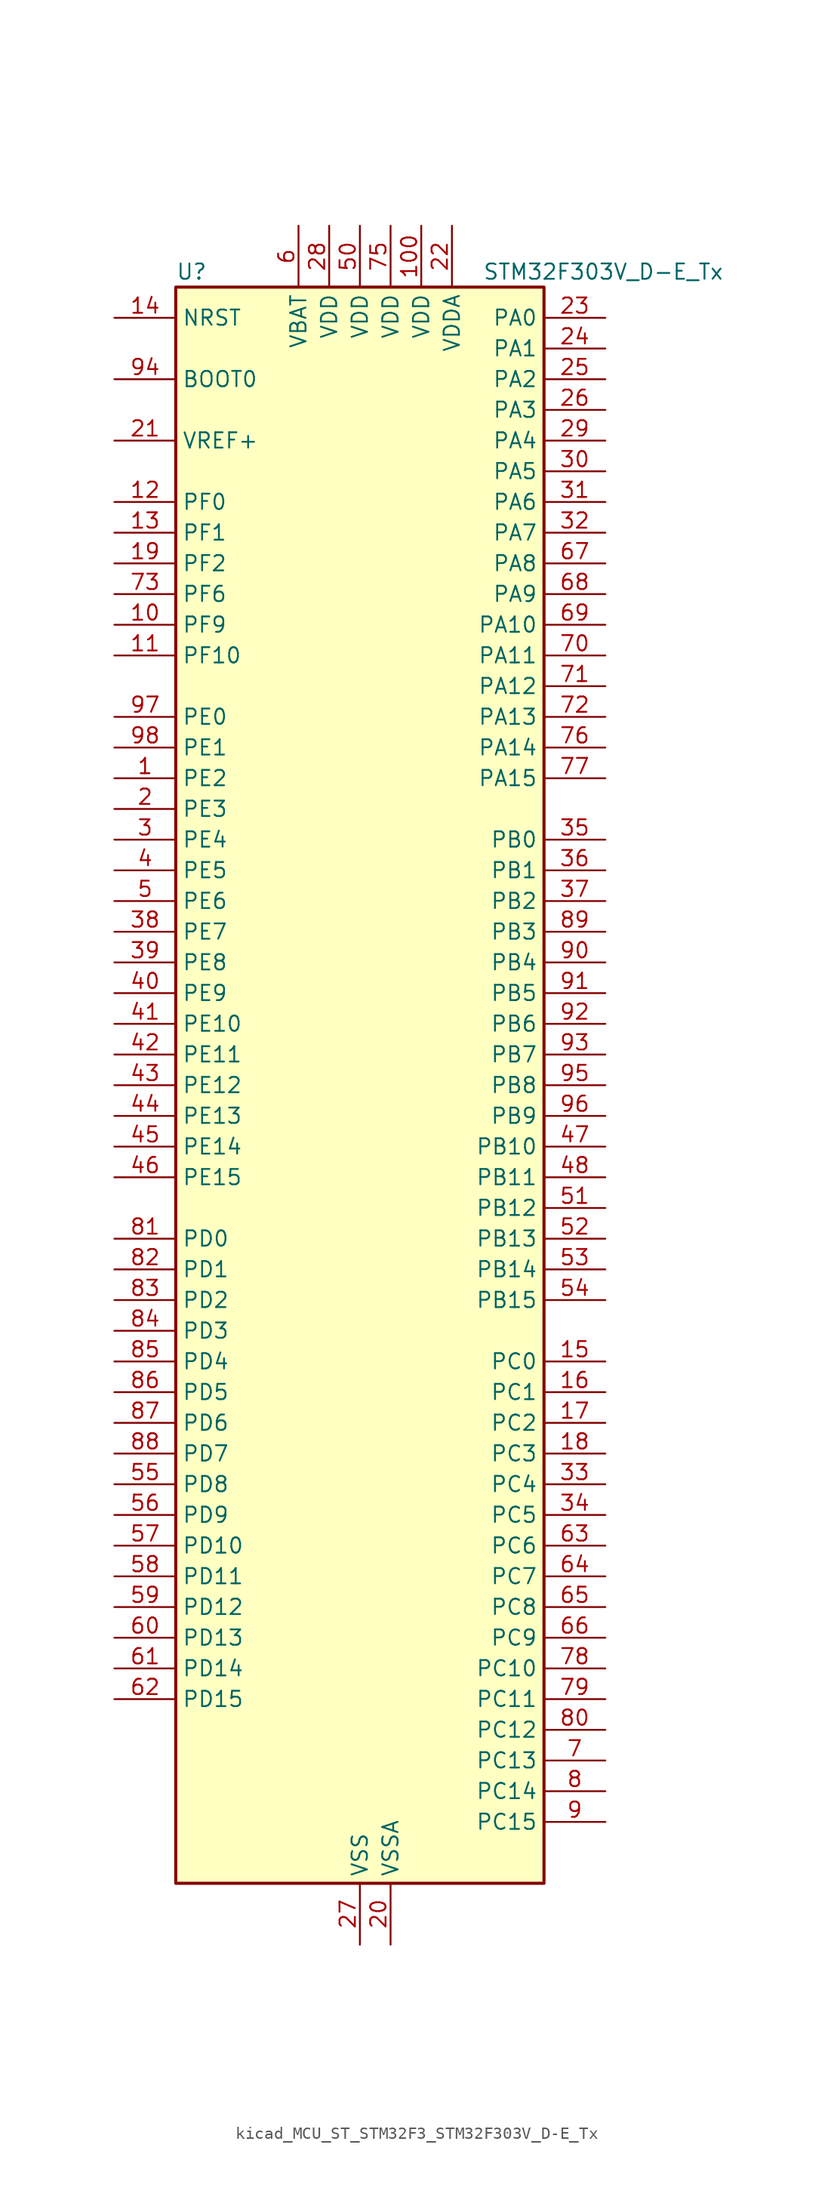
<source format=kicad_sym>
(kicad_symbol_lib
  (version 20220914)
  (generator kicad_symbol_editor)
  (symbol "kicad_MCU_ST_STM32F3_STM32F303V_D-E_Tx"
    (property "Reference" "U"
      (at -15.24 67.31 0)
      (effects (font (size 1.27 1.27)) (justify left)))
    (property "Value" "STM32F303V_D-E_Tx"
      (at 10.16 67.31 0)
      (effects (font (size 1.27 1.27)) (justify left)))
    (property "ki_locked" ""
      (at 0 0 0)
      (effects (font (size 1.27 1.27))))
    (symbol "kicad_MCU_ST_STM32F3_STM32F303V_D-E_Tx_0_1"
      (rectangle (start -15.24 -66.04) (end 15.24 66.04) (stroke (width 0.254) (type default)) (fill (type background))))
    (symbol "kicad_MCU_ST_STM32F3_STM32F303V_D-E_Tx_1_1"
      (pin bidirectional line (at -20.32 25.4 0) (length 5.08) (name "PE2" (effects (font (size 1.27 1.27)))) (number "1" (effects (font (size 1.27 1.27)))) (alternate "ADC3_EXTI2" bidirectional line) (alternate "ADC4_EXTI2" bidirectional line) (alternate "FMC_A23" bidirectional line) (alternate "SPI4_SCK" bidirectional line) (alternate "SYS_TRACECK" bidirectional line) (alternate "TIM20_CH1" bidirectional line) (alternate "TIM3_CH1" bidirectional line) (alternate "TSC_G7_IO1" bidirectional line))
      (pin bidirectional line (at -20.32 38.1 0) (length 5.08) (name "PF9" (effects (font (size 1.27 1.27)))) (number "10" (effects (font (size 1.27 1.27)))) (alternate "DAC1_EXTI9" bidirectional line) (alternate "FMC_CD" bidirectional line) (alternate "SPI2_SCK" bidirectional line) (alternate "TIM15_CH1" bidirectional line) (alternate "TIM20_BKIN" bidirectional line))
      (pin power_in line (at 5.08 71.12 270) (length 5.08) (name "VDD" (effects (font (size 1.27 1.27)))) (number "100" (effects (font (size 1.27 1.27)))))
      (pin bidirectional line (at -20.32 35.56 0) (length 5.08) (name "PF10" (effects (font (size 1.27 1.27)))) (number "11" (effects (font (size 1.27 1.27)))) (alternate "FMC_INTR" bidirectional line) (alternate "SPI2_SCK" bidirectional line) (alternate "TIM15_CH2" bidirectional line) (alternate "TIM20_BKIN2" bidirectional line))
      (pin bidirectional line (at -20.32 48.26 0) (length 5.08) (name "PF0" (effects (font (size 1.27 1.27)))) (number "12" (effects (font (size 1.27 1.27)))) (alternate "I2C2_SDA" bidirectional line) (alternate "I2S2_WS" bidirectional line) (alternate "RCC_OSC_IN" bidirectional line) (alternate "SPI2_NSS" bidirectional line) (alternate "TIM1_CH3N" bidirectional line))
      (pin bidirectional line (at -20.32 45.72 0) (length 5.08) (name "PF1" (effects (font (size 1.27 1.27)))) (number "13" (effects (font (size 1.27 1.27)))) (alternate "I2C2_SCL" bidirectional line) (alternate "I2S2_CK" bidirectional line) (alternate "RCC_OSC_OUT" bidirectional line) (alternate "SPI2_SCK" bidirectional line))
      (pin input line (at -20.32 63.5 0) (length 5.08) (name "NRST" (effects (font (size 1.27 1.27)))) (number "14" (effects (font (size 1.27 1.27)))))
      (pin bidirectional line (at 20.32 -22.86 180) (length 5.08) (name "PC0" (effects (font (size 1.27 1.27)))) (number "15" (effects (font (size 1.27 1.27)))) (alternate "ADC1_IN6" bidirectional line) (alternate "ADC2_IN6" bidirectional line) (alternate "COMP7_INM" bidirectional line) (alternate "TIM1_CH1" bidirectional line))
      (pin bidirectional line (at 20.32 -25.4 180) (length 5.08) (name "PC1" (effects (font (size 1.27 1.27)))) (number "16" (effects (font (size 1.27 1.27)))) (alternate "ADC1_IN7" bidirectional line) (alternate "ADC2_IN7" bidirectional line) (alternate "COMP7_INP" bidirectional line) (alternate "TIM1_CH2" bidirectional line))
      (pin bidirectional line (at 20.32 -27.94 180) (length 5.08) (name "PC2" (effects (font (size 1.27 1.27)))) (number "17" (effects (font (size 1.27 1.27)))) (alternate "ADC1_IN8" bidirectional line) (alternate "ADC2_IN8" bidirectional line) (alternate "ADC3_EXTI2" bidirectional line) (alternate "ADC4_EXTI2" bidirectional line) (alternate "COMP7_OUT" bidirectional line) (alternate "TIM1_CH3" bidirectional line))
      (pin bidirectional line (at 20.32 -30.48 180) (length 5.08) (name "PC3" (effects (font (size 1.27 1.27)))) (number "18" (effects (font (size 1.27 1.27)))) (alternate "ADC1_IN9" bidirectional line) (alternate "ADC2_IN9" bidirectional line) (alternate "TIM1_BKIN2" bidirectional line) (alternate "TIM1_CH4" bidirectional line))
      (pin bidirectional line (at -20.32 43.18 0) (length 5.08) (name "PF2" (effects (font (size 1.27 1.27)))) (number "19" (effects (font (size 1.27 1.27)))) (alternate "ADC1_IN10" bidirectional line) (alternate "ADC2_IN10" bidirectional line) (alternate "ADC3_EXTI2" bidirectional line) (alternate "ADC4_EXTI2" bidirectional line) (alternate "FMC_A2" bidirectional line) (alternate "TIM20_CH3" bidirectional line))
      (pin bidirectional line (at -20.32 22.86 0) (length 5.08) (name "PE3" (effects (font (size 1.27 1.27)))) (number "2" (effects (font (size 1.27 1.27)))) (alternate "FMC_A19" bidirectional line) (alternate "SPI4_NSS" bidirectional line) (alternate "SYS_TRACED0" bidirectional line) (alternate "TIM20_CH2" bidirectional line) (alternate "TIM3_CH2" bidirectional line) (alternate "TSC_G7_IO2" bidirectional line))
      (pin power_in line (at 2.54 -71.12 90) (length 5.08) (name "VSSA" (effects (font (size 1.27 1.27)))) (number "20" (effects (font (size 1.27 1.27)))))
      (pin input line (at -20.32 53.34 0) (length 5.08) (name "VREF+" (effects (font (size 1.27 1.27)))) (number "21" (effects (font (size 1.27 1.27)))))
      (pin power_in line (at 7.62 71.12 270) (length 5.08) (name "VDDA" (effects (font (size 1.27 1.27)))) (number "22" (effects (font (size 1.27 1.27)))))
      (pin bidirectional line (at 20.32 63.5 180) (length 5.08) (name "PA0" (effects (font (size 1.27 1.27)))) (number "23" (effects (font (size 1.27 1.27)))) (alternate "ADC1_IN1" bidirectional line) (alternate "COMP1_INM" bidirectional line) (alternate "COMP1_OUT" bidirectional line) (alternate "RTC_TAMP2" bidirectional line) (alternate "SYS_WKUP1" bidirectional line) (alternate "TIM2_CH1" bidirectional line) (alternate "TIM2_ETR" bidirectional line) (alternate "TIM8_BKIN" bidirectional line) (alternate "TIM8_ETR" bidirectional line) (alternate "TSC_G1_IO1" bidirectional line) (alternate "USART2_CTS" bidirectional line))
      (pin bidirectional line (at 20.32 60.96 180) (length 5.08) (name "PA1" (effects (font (size 1.27 1.27)))) (number "24" (effects (font (size 1.27 1.27)))) (alternate "ADC1_IN2" bidirectional line) (alternate "COMP1_INP" bidirectional line) (alternate "OPAMP1_VINP" bidirectional line) (alternate "OPAMP1_VINP_SEC" bidirectional line) (alternate "OPAMP3_VINP" bidirectional line) (alternate "OPAMP3_VINP_SEC" bidirectional line) (alternate "RTC_REFIN" bidirectional line) (alternate "TIM15_CH1N" bidirectional line) (alternate "TIM2_CH2" bidirectional line) (alternate "TSC_G1_IO2" bidirectional line) (alternate "USART2_DE" bidirectional line) (alternate "USART2_RTS" bidirectional line))
      (pin bidirectional line (at 20.32 58.42 180) (length 5.08) (name "PA2" (effects (font (size 1.27 1.27)))) (number "25" (effects (font (size 1.27 1.27)))) (alternate "ADC1_IN3" bidirectional line) (alternate "ADC3_EXTI2" bidirectional line) (alternate "ADC4_EXTI2" bidirectional line) (alternate "COMP2_INM" bidirectional line) (alternate "COMP2_OUT" bidirectional line) (alternate "OPAMP1_VOUT" bidirectional line) (alternate "TIM15_CH1" bidirectional line) (alternate "TIM2_CH3" bidirectional line) (alternate "TSC_G1_IO3" bidirectional line) (alternate "USART2_TX" bidirectional line))
      (pin bidirectional line (at 20.32 55.88 180) (length 5.08) (name "PA3" (effects (font (size 1.27 1.27)))) (number "26" (effects (font (size 1.27 1.27)))) (alternate "ADC1_IN4" bidirectional line) (alternate "OPAMP1_VINM" bidirectional line) (alternate "OPAMP1_VINM_SEC" bidirectional line) (alternate "OPAMP1_VINP" bidirectional line) (alternate "OPAMP1_VINP_SEC" bidirectional line) (alternate "TIM15_CH2" bidirectional line) (alternate "TIM2_CH4" bidirectional line) (alternate "TSC_G1_IO4" bidirectional line) (alternate "USART2_RX" bidirectional line))
      (pin power_in line (at 0 -71.12 90) (length 5.08) (name "VSS" (effects (font (size 1.27 1.27)))) (number "27" (effects (font (size 1.27 1.27)))))
      (pin power_in line (at -2.54 71.12 270) (length 5.08) (name "VDD" (effects (font (size 1.27 1.27)))) (number "28" (effects (font (size 1.27 1.27)))))
      (pin bidirectional line (at 20.32 53.34 180) (length 5.08) (name "PA4" (effects (font (size 1.27 1.27)))) (number "29" (effects (font (size 1.27 1.27)))) (alternate "ADC2_IN1" bidirectional line) (alternate "COMP1_INM" bidirectional line) (alternate "COMP2_INM" bidirectional line) (alternate "COMP3_INM" bidirectional line) (alternate "COMP4_INM" bidirectional line) (alternate "COMP5_INM" bidirectional line) (alternate "COMP6_INM" bidirectional line) (alternate "COMP7_INM" bidirectional line) (alternate "DAC1_OUT1" bidirectional line) (alternate "I2S3_WS" bidirectional line) (alternate "OPAMP4_VINP" bidirectional line) (alternate "OPAMP4_VINP_SEC" bidirectional line) (alternate "SPI1_NSS" bidirectional line) (alternate "SPI3_NSS" bidirectional line) (alternate "TIM3_CH2" bidirectional line) (alternate "TSC_G2_IO1" bidirectional line) (alternate "USART2_CK" bidirectional line))
      (pin bidirectional line (at -20.32 20.32 0) (length 5.08) (name "PE4" (effects (font (size 1.27 1.27)))) (number "3" (effects (font (size 1.27 1.27)))) (alternate "FMC_A20" bidirectional line) (alternate "SPI4_NSS" bidirectional line) (alternate "SYS_TRACED1" bidirectional line) (alternate "TIM20_CH1N" bidirectional line) (alternate "TIM3_CH3" bidirectional line) (alternate "TSC_G7_IO3" bidirectional line))
      (pin bidirectional line (at 20.32 50.8 180) (length 5.08) (name "PA5" (effects (font (size 1.27 1.27)))) (number "30" (effects (font (size 1.27 1.27)))) (alternate "ADC2_IN2" bidirectional line) (alternate "COMP1_INM" bidirectional line) (alternate "COMP2_INM" bidirectional line) (alternate "COMP3_INM" bidirectional line) (alternate "COMP4_INM" bidirectional line) (alternate "COMP5_INM" bidirectional line) (alternate "COMP6_INM" bidirectional line) (alternate "COMP7_INM" bidirectional line) (alternate "DAC1_OUT2" bidirectional line) (alternate "OPAMP1_VINP" bidirectional line) (alternate "OPAMP1_VINP_SEC" bidirectional line) (alternate "OPAMP2_VINM" bidirectional line) (alternate "OPAMP2_VINM_SEC" bidirectional line) (alternate "OPAMP3_VINP" bidirectional line) (alternate "OPAMP3_VINP_SEC" bidirectional line) (alternate "SPI1_SCK" bidirectional line) (alternate "TIM2_CH1" bidirectional line) (alternate "TIM2_ETR" bidirectional line) (alternate "TSC_G2_IO2" bidirectional line))
      (pin bidirectional line (at 20.32 48.26 180) (length 5.08) (name "PA6" (effects (font (size 1.27 1.27)))) (number "31" (effects (font (size 1.27 1.27)))) (alternate "ADC2_IN3" bidirectional line) (alternate "COMP1_OUT" bidirectional line) (alternate "OPAMP2_VOUT" bidirectional line) (alternate "SPI1_MISO" bidirectional line) (alternate "TIM16_CH1" bidirectional line) (alternate "TIM1_BKIN" bidirectional line) (alternate "TIM3_CH1" bidirectional line) (alternate "TIM8_BKIN" bidirectional line) (alternate "TSC_G2_IO3" bidirectional line))
      (pin bidirectional line (at 20.32 45.72 180) (length 5.08) (name "PA7" (effects (font (size 1.27 1.27)))) (number "32" (effects (font (size 1.27 1.27)))) (alternate "ADC2_IN4" bidirectional line) (alternate "COMP2_INP" bidirectional line) (alternate "OPAMP1_VINP" bidirectional line) (alternate "OPAMP1_VINP_SEC" bidirectional line) (alternate "OPAMP2_VINP" bidirectional line) (alternate "OPAMP2_VINP_SEC" bidirectional line) (alternate "SPI1_MOSI" bidirectional line) (alternate "TIM17_CH1" bidirectional line) (alternate "TIM1_CH1N" bidirectional line) (alternate "TIM3_CH2" bidirectional line) (alternate "TIM8_CH1N" bidirectional line) (alternate "TSC_G2_IO4" bidirectional line))
      (pin bidirectional line (at 20.32 -33.02 180) (length 5.08) (name "PC4" (effects (font (size 1.27 1.27)))) (number "33" (effects (font (size 1.27 1.27)))) (alternate "ADC2_IN5" bidirectional line) (alternate "TIM1_ETR" bidirectional line) (alternate "USART1_TX" bidirectional line))
      (pin bidirectional line (at 20.32 -35.56 180) (length 5.08) (name "PC5" (effects (font (size 1.27 1.27)))) (number "34" (effects (font (size 1.27 1.27)))) (alternate "ADC2_IN11" bidirectional line) (alternate "OPAMP1_VINM" bidirectional line) (alternate "OPAMP1_VINM_SEC" bidirectional line) (alternate "OPAMP2_VINM" bidirectional line) (alternate "OPAMP2_VINM_SEC" bidirectional line) (alternate "TIM15_BKIN" bidirectional line) (alternate "TSC_G3_IO1" bidirectional line) (alternate "USART1_RX" bidirectional line))
      (pin bidirectional line (at 20.32 20.32 180) (length 5.08) (name "PB0" (effects (font (size 1.27 1.27)))) (number "35" (effects (font (size 1.27 1.27)))) (alternate "ADC3_IN12" bidirectional line) (alternate "COMP4_INP" bidirectional line) (alternate "OPAMP2_VINP" bidirectional line) (alternate "OPAMP2_VINP_SEC" bidirectional line) (alternate "OPAMP3_VINP" bidirectional line) (alternate "OPAMP3_VINP_SEC" bidirectional line) (alternate "TIM1_CH2N" bidirectional line) (alternate "TIM3_CH3" bidirectional line) (alternate "TIM8_CH2N" bidirectional line) (alternate "TSC_G3_IO2" bidirectional line))
      (pin bidirectional line (at 20.32 17.78 180) (length 5.08) (name "PB1" (effects (font (size 1.27 1.27)))) (number "36" (effects (font (size 1.27 1.27)))) (alternate "ADC3_IN1" bidirectional line) (alternate "COMP4_OUT" bidirectional line) (alternate "OPAMP3_VOUT" bidirectional line) (alternate "TIM1_CH3N" bidirectional line) (alternate "TIM3_CH4" bidirectional line) (alternate "TIM8_CH3N" bidirectional line) (alternate "TSC_G3_IO3" bidirectional line))
      (pin bidirectional line (at 20.32 15.24 180) (length 5.08) (name "PB2" (effects (font (size 1.27 1.27)))) (number "37" (effects (font (size 1.27 1.27)))) (alternate "ADC2_IN12" bidirectional line) (alternate "ADC3_EXTI2" bidirectional line) (alternate "ADC4_EXTI2" bidirectional line) (alternate "COMP4_INM" bidirectional line) (alternate "OPAMP3_VINM" bidirectional line) (alternate "OPAMP3_VINM_SEC" bidirectional line) (alternate "TSC_G3_IO4" bidirectional line))
      (pin bidirectional line (at -20.32 12.7 0) (length 5.08) (name "PE7" (effects (font (size 1.27 1.27)))) (number "38" (effects (font (size 1.27 1.27)))) (alternate "ADC3_IN13" bidirectional line) (alternate "FMC_D4" bidirectional line) (alternate "FMC_DA4" bidirectional line) (alternate "TIM1_ETR" bidirectional line))
      (pin bidirectional line (at -20.32 10.16 0) (length 5.08) (name "PE8" (effects (font (size 1.27 1.27)))) (number "39" (effects (font (size 1.27 1.27)))) (alternate "ADC3_IN6" bidirectional line) (alternate "ADC4_IN6" bidirectional line) (alternate "COMP4_INM" bidirectional line) (alternate "FMC_D5" bidirectional line) (alternate "FMC_DA5" bidirectional line) (alternate "TIM1_CH1N" bidirectional line))
      (pin bidirectional line (at -20.32 17.78 0) (length 5.08) (name "PE5" (effects (font (size 1.27 1.27)))) (number "4" (effects (font (size 1.27 1.27)))) (alternate "FMC_A21" bidirectional line) (alternate "SPI4_MISO" bidirectional line) (alternate "SYS_TRACED2" bidirectional line) (alternate "TIM20_CH2N" bidirectional line) (alternate "TIM3_CH4" bidirectional line) (alternate "TSC_G7_IO4" bidirectional line))
      (pin bidirectional line (at -20.32 7.62 0) (length 5.08) (name "PE9" (effects (font (size 1.27 1.27)))) (number "40" (effects (font (size 1.27 1.27)))) (alternate "ADC3_IN2" bidirectional line) (alternate "DAC1_EXTI9" bidirectional line) (alternate "FMC_D6" bidirectional line) (alternate "FMC_DA6" bidirectional line) (alternate "TIM1_CH1" bidirectional line))
      (pin bidirectional line (at -20.32 5.08 0) (length 5.08) (name "PE10" (effects (font (size 1.27 1.27)))) (number "41" (effects (font (size 1.27 1.27)))) (alternate "ADC3_IN14" bidirectional line) (alternate "FMC_D7" bidirectional line) (alternate "FMC_DA7" bidirectional line) (alternate "TIM1_CH2N" bidirectional line))
      (pin bidirectional line (at -20.32 2.54 0) (length 5.08) (name "PE11" (effects (font (size 1.27 1.27)))) (number "42" (effects (font (size 1.27 1.27)))) (alternate "ADC1_EXTI11" bidirectional line) (alternate "ADC2_EXTI11" bidirectional line) (alternate "ADC3_IN15" bidirectional line) (alternate "FMC_D8" bidirectional line) (alternate "FMC_DA8" bidirectional line) (alternate "SPI4_NSS" bidirectional line) (alternate "TIM1_CH2" bidirectional line))
      (pin bidirectional line (at -20.32 0 0) (length 5.08) (name "PE12" (effects (font (size 1.27 1.27)))) (number "43" (effects (font (size 1.27 1.27)))) (alternate "ADC3_IN16" bidirectional line) (alternate "FMC_D9" bidirectional line) (alternate "FMC_DA9" bidirectional line) (alternate "SPI4_SCK" bidirectional line) (alternate "TIM1_CH3N" bidirectional line))
      (pin bidirectional line (at -20.32 -2.54 0) (length 5.08) (name "PE13" (effects (font (size 1.27 1.27)))) (number "44" (effects (font (size 1.27 1.27)))) (alternate "ADC3_IN3" bidirectional line) (alternate "FMC_D10" bidirectional line) (alternate "FMC_DA10" bidirectional line) (alternate "SPI4_MISO" bidirectional line) (alternate "TIM1_CH3" bidirectional line))
      (pin bidirectional line (at -20.32 -5.08 0) (length 5.08) (name "PE14" (effects (font (size 1.27 1.27)))) (number "45" (effects (font (size 1.27 1.27)))) (alternate "ADC4_IN1" bidirectional line) (alternate "FMC_D11" bidirectional line) (alternate "FMC_DA11" bidirectional line) (alternate "SPI4_MOSI" bidirectional line) (alternate "TIM1_BKIN2" bidirectional line) (alternate "TIM1_CH4" bidirectional line))
      (pin bidirectional line (at -20.32 -7.62 0) (length 5.08) (name "PE15" (effects (font (size 1.27 1.27)))) (number "46" (effects (font (size 1.27 1.27)))) (alternate "ADC1_EXTI15" bidirectional line) (alternate "ADC2_EXTI15" bidirectional line) (alternate "ADC3_EXTI15" bidirectional line) (alternate "ADC4_EXTI15" bidirectional line) (alternate "ADC4_IN2" bidirectional line) (alternate "FMC_D12" bidirectional line) (alternate "FMC_DA12" bidirectional line) (alternate "TIM1_BKIN" bidirectional line) (alternate "USART3_RX" bidirectional line))
      (pin bidirectional line (at 20.32 -5.08 180) (length 5.08) (name "PB10" (effects (font (size 1.27 1.27)))) (number "47" (effects (font (size 1.27 1.27)))) (alternate "COMP5_INM" bidirectional line) (alternate "OPAMP3_VINM" bidirectional line) (alternate "OPAMP3_VINM_SEC" bidirectional line) (alternate "OPAMP4_VINM" bidirectional line) (alternate "OPAMP4_VINM_SEC" bidirectional line) (alternate "TIM2_CH3" bidirectional line) (alternate "TSC_SYNC" bidirectional line) (alternate "USART3_TX" bidirectional line))
      (pin bidirectional line (at 20.32 -7.62 180) (length 5.08) (name "PB11" (effects (font (size 1.27 1.27)))) (number "48" (effects (font (size 1.27 1.27)))) (alternate "ADC1_EXTI11" bidirectional line) (alternate "ADC1_IN14" bidirectional line) (alternate "ADC2_EXTI11" bidirectional line) (alternate "ADC2_IN14" bidirectional line) (alternate "COMP6_INP" bidirectional line) (alternate "OPAMP4_VINP" bidirectional line) (alternate "OPAMP4_VINP_SEC" bidirectional line) (alternate "TIM2_CH4" bidirectional line) (alternate "TSC_G6_IO1" bidirectional line) (alternate "USART3_RX" bidirectional line))
      (pin passive line (at 0 -71.12 90) (length 5.08) hide (name "VSS" (effects (font (size 1.27 1.27)))) (number "49" (effects (font (size 1.27 1.27)))))
      (pin bidirectional line (at -20.32 15.24 0) (length 5.08) (name "PE6" (effects (font (size 1.27 1.27)))) (number "5" (effects (font (size 1.27 1.27)))) (alternate "FMC_A22" bidirectional line) (alternate "RTC_TAMP3" bidirectional line) (alternate "SPI4_MOSI" bidirectional line) (alternate "SYS_TRACED3" bidirectional line) (alternate "SYS_WKUP3" bidirectional line) (alternate "TIM20_CH3N" bidirectional line))
      (pin power_in line (at 0 71.12 270) (length 5.08) (name "VDD" (effects (font (size 1.27 1.27)))) (number "50" (effects (font (size 1.27 1.27)))))
      (pin bidirectional line (at 20.32 -10.16 180) (length 5.08) (name "PB12" (effects (font (size 1.27 1.27)))) (number "51" (effects (font (size 1.27 1.27)))) (alternate "ADC4_IN3" bidirectional line) (alternate "COMP3_INM" bidirectional line) (alternate "I2C2_SMBA" bidirectional line) (alternate "I2S2_WS" bidirectional line) (alternate "OPAMP4_VOUT" bidirectional line) (alternate "SPI2_NSS" bidirectional line) (alternate "TIM1_BKIN" bidirectional line) (alternate "TSC_G6_IO2" bidirectional line) (alternate "USART3_CK" bidirectional line))
      (pin bidirectional line (at 20.32 -12.7 180) (length 5.08) (name "PB13" (effects (font (size 1.27 1.27)))) (number "52" (effects (font (size 1.27 1.27)))) (alternate "ADC3_IN5" bidirectional line) (alternate "COMP5_INP" bidirectional line) (alternate "I2S2_CK" bidirectional line) (alternate "OPAMP3_VINP" bidirectional line) (alternate "OPAMP3_VINP_SEC" bidirectional line) (alternate "OPAMP4_VINP" bidirectional line) (alternate "OPAMP4_VINP_SEC" bidirectional line) (alternate "SPI2_SCK" bidirectional line) (alternate "TIM1_CH1N" bidirectional line) (alternate "TSC_G6_IO3" bidirectional line) (alternate "USART3_CTS" bidirectional line))
      (pin bidirectional line (at 20.32 -15.24 180) (length 5.08) (name "PB14" (effects (font (size 1.27 1.27)))) (number "53" (effects (font (size 1.27 1.27)))) (alternate "ADC4_IN4" bidirectional line) (alternate "COMP3_INP" bidirectional line) (alternate "I2S2_ext_SD" bidirectional line) (alternate "OPAMP2_VINP" bidirectional line) (alternate "OPAMP2_VINP_SEC" bidirectional line) (alternate "SPI2_MISO" bidirectional line) (alternate "TIM15_CH1" bidirectional line) (alternate "TIM1_CH2N" bidirectional line) (alternate "TSC_G6_IO4" bidirectional line) (alternate "USART3_DE" bidirectional line) (alternate "USART3_RTS" bidirectional line))
      (pin bidirectional line (at 20.32 -17.78 180) (length 5.08) (name "PB15" (effects (font (size 1.27 1.27)))) (number "54" (effects (font (size 1.27 1.27)))) (alternate "ADC1_EXTI15" bidirectional line) (alternate "ADC2_EXTI15" bidirectional line) (alternate "ADC3_EXTI15" bidirectional line) (alternate "ADC4_EXTI15" bidirectional line) (alternate "ADC4_IN5" bidirectional line) (alternate "COMP6_INM" bidirectional line) (alternate "I2S2_SD" bidirectional line) (alternate "RTC_REFIN" bidirectional line) (alternate "SPI2_MOSI" bidirectional line) (alternate "TIM15_CH1N" bidirectional line) (alternate "TIM15_CH2" bidirectional line) (alternate "TIM1_CH3N" bidirectional line))
      (pin bidirectional line (at -20.32 -33.02 0) (length 5.08) (name "PD8" (effects (font (size 1.27 1.27)))) (number "55" (effects (font (size 1.27 1.27)))) (alternate "ADC4_IN12" bidirectional line) (alternate "FMC_D13" bidirectional line) (alternate "FMC_DA13" bidirectional line) (alternate "OPAMP4_VINM" bidirectional line) (alternate "OPAMP4_VINM_SEC" bidirectional line) (alternate "USART3_TX" bidirectional line))
      (pin bidirectional line (at -20.32 -35.56 0) (length 5.08) (name "PD9" (effects (font (size 1.27 1.27)))) (number "56" (effects (font (size 1.27 1.27)))) (alternate "ADC4_IN13" bidirectional line) (alternate "DAC1_EXTI9" bidirectional line) (alternate "FMC_D14" bidirectional line) (alternate "FMC_DA14" bidirectional line) (alternate "USART3_RX" bidirectional line))
      (pin bidirectional line (at -20.32 -38.1 0) (length 5.08) (name "PD10" (effects (font (size 1.27 1.27)))) (number "57" (effects (font (size 1.27 1.27)))) (alternate "ADC3_IN7" bidirectional line) (alternate "ADC4_IN7" bidirectional line) (alternate "COMP6_INM" bidirectional line) (alternate "FMC_D15" bidirectional line) (alternate "FMC_DA15" bidirectional line) (alternate "USART3_CK" bidirectional line))
      (pin bidirectional line (at -20.32 -40.64 0) (length 5.08) (name "PD11" (effects (font (size 1.27 1.27)))) (number "58" (effects (font (size 1.27 1.27)))) (alternate "ADC1_EXTI11" bidirectional line) (alternate "ADC2_EXTI11" bidirectional line) (alternate "ADC3_IN8" bidirectional line) (alternate "ADC4_IN8" bidirectional line) (alternate "FMC_A16" bidirectional line) (alternate "FMC_CLE" bidirectional line) (alternate "OPAMP4_VINP" bidirectional line) (alternate "OPAMP4_VINP_SEC" bidirectional line) (alternate "USART3_CTS" bidirectional line))
      (pin bidirectional line (at -20.32 -43.18 0) (length 5.08) (name "PD12" (effects (font (size 1.27 1.27)))) (number "59" (effects (font (size 1.27 1.27)))) (alternate "ADC3_IN9" bidirectional line) (alternate "ADC4_IN9" bidirectional line) (alternate "FMC_A17" bidirectional line) (alternate "FMC_ALE" bidirectional line) (alternate "TIM4_CH1" bidirectional line) (alternate "TSC_G8_IO1" bidirectional line) (alternate "USART3_DE" bidirectional line) (alternate "USART3_RTS" bidirectional line))
      (pin power_in line (at -5.08 71.12 270) (length 5.08) (name "VBAT" (effects (font (size 1.27 1.27)))) (number "6" (effects (font (size 1.27 1.27)))))
      (pin bidirectional line (at -20.32 -45.72 0) (length 5.08) (name "PD13" (effects (font (size 1.27 1.27)))) (number "60" (effects (font (size 1.27 1.27)))) (alternate "ADC3_IN10" bidirectional line) (alternate "ADC4_IN10" bidirectional line) (alternate "COMP5_INM" bidirectional line) (alternate "FMC_A18" bidirectional line) (alternate "TIM4_CH2" bidirectional line) (alternate "TSC_G8_IO2" bidirectional line))
      (pin bidirectional line (at -20.32 -48.26 0) (length 5.08) (name "PD14" (effects (font (size 1.27 1.27)))) (number "61" (effects (font (size 1.27 1.27)))) (alternate "ADC3_IN11" bidirectional line) (alternate "ADC4_IN11" bidirectional line) (alternate "FMC_D0" bidirectional line) (alternate "FMC_DA0" bidirectional line) (alternate "OPAMP2_VINP" bidirectional line) (alternate "OPAMP2_VINP_SEC" bidirectional line) (alternate "TIM4_CH3" bidirectional line) (alternate "TSC_G8_IO3" bidirectional line))
      (pin bidirectional line (at -20.32 -50.8 0) (length 5.08) (name "PD15" (effects (font (size 1.27 1.27)))) (number "62" (effects (font (size 1.27 1.27)))) (alternate "ADC1_EXTI15" bidirectional line) (alternate "ADC2_EXTI15" bidirectional line) (alternate "ADC3_EXTI15" bidirectional line) (alternate "ADC4_EXTI15" bidirectional line) (alternate "COMP3_INM" bidirectional line) (alternate "FMC_D1" bidirectional line) (alternate "FMC_DA1" bidirectional line) (alternate "SPI2_NSS" bidirectional line) (alternate "TIM4_CH4" bidirectional line) (alternate "TSC_G8_IO4" bidirectional line))
      (pin bidirectional line (at 20.32 -38.1 180) (length 5.08) (name "PC6" (effects (font (size 1.27 1.27)))) (number "63" (effects (font (size 1.27 1.27)))) (alternate "COMP6_OUT" bidirectional line) (alternate "I2S2_MCK" bidirectional line) (alternate "TIM3_CH1" bidirectional line) (alternate "TIM8_CH1" bidirectional line))
      (pin bidirectional line (at 20.32 -40.64 180) (length 5.08) (name "PC7" (effects (font (size 1.27 1.27)))) (number "64" (effects (font (size 1.27 1.27)))) (alternate "COMP5_OUT" bidirectional line) (alternate "I2S3_MCK" bidirectional line) (alternate "TIM3_CH2" bidirectional line) (alternate "TIM8_CH2" bidirectional line))
      (pin bidirectional line (at 20.32 -43.18 180) (length 5.08) (name "PC8" (effects (font (size 1.27 1.27)))) (number "65" (effects (font (size 1.27 1.27)))) (alternate "COMP3_OUT" bidirectional line) (alternate "TIM3_CH3" bidirectional line) (alternate "TIM8_CH3" bidirectional line))
      (pin bidirectional line (at 20.32 -45.72 180) (length 5.08) (name "PC9" (effects (font (size 1.27 1.27)))) (number "66" (effects (font (size 1.27 1.27)))) (alternate "DAC1_EXTI9" bidirectional line) (alternate "I2C3_SDA" bidirectional line) (alternate "I2S_CKIN" bidirectional line) (alternate "TIM3_CH4" bidirectional line) (alternate "TIM8_BKIN2" bidirectional line) (alternate "TIM8_CH4" bidirectional line))
      (pin bidirectional line (at 20.32 43.18 180) (length 5.08) (name "PA8" (effects (font (size 1.27 1.27)))) (number "67" (effects (font (size 1.27 1.27)))) (alternate "COMP3_OUT" bidirectional line) (alternate "I2C2_SMBA" bidirectional line) (alternate "I2C3_SCL" bidirectional line) (alternate "I2S2_MCK" bidirectional line) (alternate "RCC_MCO" bidirectional line) (alternate "TIM1_CH1" bidirectional line) (alternate "TIM4_ETR" bidirectional line) (alternate "USART1_CK" bidirectional line))
      (pin bidirectional line (at 20.32 40.64 180) (length 5.08) (name "PA9" (effects (font (size 1.27 1.27)))) (number "68" (effects (font (size 1.27 1.27)))) (alternate "COMP5_OUT" bidirectional line) (alternate "DAC1_EXTI9" bidirectional line) (alternate "I2C2_SCL" bidirectional line) (alternate "I2C3_SMBA" bidirectional line) (alternate "I2S3_MCK" bidirectional line) (alternate "TIM15_BKIN" bidirectional line) (alternate "TIM1_CH2" bidirectional line) (alternate "TIM2_CH3" bidirectional line) (alternate "TSC_G4_IO1" bidirectional line) (alternate "USART1_TX" bidirectional line))
      (pin bidirectional line (at 20.32 38.1 180) (length 5.08) (name "PA10" (effects (font (size 1.27 1.27)))) (number "69" (effects (font (size 1.27 1.27)))) (alternate "COMP6_OUT" bidirectional line) (alternate "I2C2_SDA" bidirectional line) (alternate "I2S2_ext_SD" bidirectional line) (alternate "SPI2_MISO" bidirectional line) (alternate "TIM17_BKIN" bidirectional line) (alternate "TIM1_CH3" bidirectional line) (alternate "TIM2_CH4" bidirectional line) (alternate "TIM8_BKIN" bidirectional line) (alternate "TSC_G4_IO2" bidirectional line) (alternate "USART1_RX" bidirectional line))
      (pin bidirectional line (at 20.32 -55.88 180) (length 5.08) (name "PC13" (effects (font (size 1.27 1.27)))) (number "7" (effects (font (size 1.27 1.27)))) (alternate "RTC_OUT_ALARM" bidirectional line) (alternate "RTC_OUT_CALIB" bidirectional line) (alternate "RTC_TAMP1" bidirectional line) (alternate "RTC_TS" bidirectional line) (alternate "SYS_WKUP2" bidirectional line) (alternate "TIM1_CH1N" bidirectional line))
      (pin bidirectional line (at 20.32 35.56 180) (length 5.08) (name "PA11" (effects (font (size 1.27 1.27)))) (number "70" (effects (font (size 1.27 1.27)))) (alternate "ADC1_EXTI11" bidirectional line) (alternate "ADC2_EXTI11" bidirectional line) (alternate "CAN_RX" bidirectional line) (alternate "COMP1_OUT" bidirectional line) (alternate "I2S2_SD" bidirectional line) (alternate "SPI2_MOSI" bidirectional line) (alternate "TIM1_BKIN2" bidirectional line) (alternate "TIM1_CH1N" bidirectional line) (alternate "TIM1_CH4" bidirectional line) (alternate "TIM4_CH1" bidirectional line) (alternate "USART1_CTS" bidirectional line) (alternate "USB_DM" bidirectional line))
      (pin bidirectional line (at 20.32 33.02 180) (length 5.08) (name "PA12" (effects (font (size 1.27 1.27)))) (number "71" (effects (font (size 1.27 1.27)))) (alternate "CAN_TX" bidirectional line) (alternate "COMP2_OUT" bidirectional line) (alternate "I2S_CKIN" bidirectional line) (alternate "TIM16_CH1" bidirectional line) (alternate "TIM1_CH2N" bidirectional line) (alternate "TIM1_ETR" bidirectional line) (alternate "TIM4_CH2" bidirectional line) (alternate "USART1_DE" bidirectional line) (alternate "USART1_RTS" bidirectional line) (alternate "USB_DP" bidirectional line))
      (pin bidirectional line (at 20.32 30.48 180) (length 5.08) (name "PA13" (effects (font (size 1.27 1.27)))) (number "72" (effects (font (size 1.27 1.27)))) (alternate "IR_OUT" bidirectional line) (alternate "SYS_JTMS-SWDIO" bidirectional line) (alternate "TIM16_CH1N" bidirectional line) (alternate "TIM4_CH3" bidirectional line) (alternate "TSC_G4_IO3" bidirectional line) (alternate "USART3_CTS" bidirectional line))
      (pin bidirectional line (at -20.32 40.64 0) (length 5.08) (name "PF6" (effects (font (size 1.27 1.27)))) (number "73" (effects (font (size 1.27 1.27)))) (alternate "FMC_NIORD" bidirectional line) (alternate "I2C2_SCL" bidirectional line) (alternate "TIM4_CH4" bidirectional line) (alternate "USART3_DE" bidirectional line) (alternate "USART3_RTS" bidirectional line))
      (pin passive line (at 0 -71.12 90) (length 5.08) hide (name "VSS" (effects (font (size 1.27 1.27)))) (number "74" (effects (font (size 1.27 1.27)))))
      (pin power_in line (at 2.54 71.12 270) (length 5.08) (name "VDD" (effects (font (size 1.27 1.27)))) (number "75" (effects (font (size 1.27 1.27)))))
      (pin bidirectional line (at 20.32 27.94 180) (length 5.08) (name "PA14" (effects (font (size 1.27 1.27)))) (number "76" (effects (font (size 1.27 1.27)))) (alternate "I2C1_SDA" bidirectional line) (alternate "SYS_JTCK-SWCLK" bidirectional line) (alternate "TIM1_BKIN" bidirectional line) (alternate "TIM8_CH2" bidirectional line) (alternate "TSC_G4_IO4" bidirectional line) (alternate "USART2_TX" bidirectional line))
      (pin bidirectional line (at 20.32 25.4 180) (length 5.08) (name "PA15" (effects (font (size 1.27 1.27)))) (number "77" (effects (font (size 1.27 1.27)))) (alternate "ADC1_EXTI15" bidirectional line) (alternate "ADC2_EXTI15" bidirectional line) (alternate "ADC3_EXTI15" bidirectional line) (alternate "ADC4_EXTI15" bidirectional line) (alternate "I2C1_SCL" bidirectional line) (alternate "I2S3_WS" bidirectional line) (alternate "SPI1_NSS" bidirectional line) (alternate "SPI3_NSS" bidirectional line) (alternate "SYS_JTDI" bidirectional line) (alternate "TIM1_BKIN" bidirectional line) (alternate "TIM2_CH1" bidirectional line) (alternate "TIM2_ETR" bidirectional line) (alternate "TIM8_CH1" bidirectional line) (alternate "TSC_SYNC" bidirectional line) (alternate "USART2_RX" bidirectional line))
      (pin bidirectional line (at 20.32 -48.26 180) (length 5.08) (name "PC10" (effects (font (size 1.27 1.27)))) (number "78" (effects (font (size 1.27 1.27)))) (alternate "I2S3_CK" bidirectional line) (alternate "SPI3_SCK" bidirectional line) (alternate "TIM8_CH1N" bidirectional line) (alternate "UART4_TX" bidirectional line) (alternate "USART3_TX" bidirectional line))
      (pin bidirectional line (at 20.32 -50.8 180) (length 5.08) (name "PC11" (effects (font (size 1.27 1.27)))) (number "79" (effects (font (size 1.27 1.27)))) (alternate "ADC1_EXTI11" bidirectional line) (alternate "ADC2_EXTI11" bidirectional line) (alternate "I2S3_ext_SD" bidirectional line) (alternate "SPI3_MISO" bidirectional line) (alternate "TIM8_CH2N" bidirectional line) (alternate "UART4_RX" bidirectional line) (alternate "USART3_RX" bidirectional line))
      (pin bidirectional line (at 20.32 -58.42 180) (length 5.08) (name "PC14" (effects (font (size 1.27 1.27)))) (number "8" (effects (font (size 1.27 1.27)))) (alternate "RCC_OSC32_IN" bidirectional line))
      (pin bidirectional line (at 20.32 -53.34 180) (length 5.08) (name "PC12" (effects (font (size 1.27 1.27)))) (number "80" (effects (font (size 1.27 1.27)))) (alternate "I2S3_SD" bidirectional line) (alternate "SPI3_MOSI" bidirectional line) (alternate "TIM8_CH3N" bidirectional line) (alternate "UART5_TX" bidirectional line) (alternate "USART3_CK" bidirectional line))
      (pin bidirectional line (at -20.32 -12.7 0) (length 5.08) (name "PD0" (effects (font (size 1.27 1.27)))) (number "81" (effects (font (size 1.27 1.27)))) (alternate "CAN_RX" bidirectional line) (alternate "FMC_D2" bidirectional line) (alternate "FMC_DA2" bidirectional line))
      (pin bidirectional line (at -20.32 -15.24 0) (length 5.08) (name "PD1" (effects (font (size 1.27 1.27)))) (number "82" (effects (font (size 1.27 1.27)))) (alternate "CAN_TX" bidirectional line) (alternate "FMC_D3" bidirectional line) (alternate "FMC_DA3" bidirectional line) (alternate "TIM8_BKIN2" bidirectional line) (alternate "TIM8_CH4" bidirectional line))
      (pin bidirectional line (at -20.32 -17.78 0) (length 5.08) (name "PD2" (effects (font (size 1.27 1.27)))) (number "83" (effects (font (size 1.27 1.27)))) (alternate "ADC3_EXTI2" bidirectional line) (alternate "ADC4_EXTI2" bidirectional line) (alternate "TIM3_ETR" bidirectional line) (alternate "TIM8_BKIN" bidirectional line) (alternate "UART5_RX" bidirectional line))
      (pin bidirectional line (at -20.32 -20.32 0) (length 5.08) (name "PD3" (effects (font (size 1.27 1.27)))) (number "84" (effects (font (size 1.27 1.27)))) (alternate "FMC_CLK" bidirectional line) (alternate "TIM2_CH1" bidirectional line) (alternate "TIM2_ETR" bidirectional line) (alternate "USART2_CTS" bidirectional line))
      (pin bidirectional line (at -20.32 -22.86 0) (length 5.08) (name "PD4" (effects (font (size 1.27 1.27)))) (number "85" (effects (font (size 1.27 1.27)))) (alternate "FMC_NOE" bidirectional line) (alternate "TIM2_CH2" bidirectional line) (alternate "USART2_DE" bidirectional line) (alternate "USART2_RTS" bidirectional line))
      (pin bidirectional line (at -20.32 -25.4 0) (length 5.08) (name "PD5" (effects (font (size 1.27 1.27)))) (number "86" (effects (font (size 1.27 1.27)))) (alternate "FMC_NWE" bidirectional line) (alternate "USART2_TX" bidirectional line))
      (pin bidirectional line (at -20.32 -27.94 0) (length 5.08) (name "PD6" (effects (font (size 1.27 1.27)))) (number "87" (effects (font (size 1.27 1.27)))) (alternate "FMC_NWAIT" bidirectional line) (alternate "TIM2_CH4" bidirectional line) (alternate "USART2_RX" bidirectional line))
      (pin bidirectional line (at -20.32 -30.48 0) (length 5.08) (name "PD7" (effects (font (size 1.27 1.27)))) (number "88" (effects (font (size 1.27 1.27)))) (alternate "FMC_NCE2" bidirectional line) (alternate "FMC_NE1" bidirectional line) (alternate "TIM2_CH3" bidirectional line) (alternate "USART2_CK" bidirectional line))
      (pin bidirectional line (at 20.32 12.7 180) (length 5.08) (name "PB3" (effects (font (size 1.27 1.27)))) (number "89" (effects (font (size 1.27 1.27)))) (alternate "I2S3_CK" bidirectional line) (alternate "SPI1_SCK" bidirectional line) (alternate "SPI3_SCK" bidirectional line) (alternate "SYS_JTDO-TRACESWO" bidirectional line) (alternate "TIM2_CH2" bidirectional line) (alternate "TIM3_ETR" bidirectional line) (alternate "TIM4_ETR" bidirectional line) (alternate "TIM8_CH1N" bidirectional line) (alternate "TSC_G5_IO1" bidirectional line) (alternate "USART2_TX" bidirectional line))
      (pin bidirectional line (at 20.32 -60.96 180) (length 5.08) (name "PC15" (effects (font (size 1.27 1.27)))) (number "9" (effects (font (size 1.27 1.27)))) (alternate "ADC1_EXTI15" bidirectional line) (alternate "ADC2_EXTI15" bidirectional line) (alternate "ADC3_EXTI15" bidirectional line) (alternate "ADC4_EXTI15" bidirectional line) (alternate "RCC_OSC32_OUT" bidirectional line))
      (pin bidirectional line (at 20.32 10.16 180) (length 5.08) (name "PB4" (effects (font (size 1.27 1.27)))) (number "90" (effects (font (size 1.27 1.27)))) (alternate "I2S3_ext_SD" bidirectional line) (alternate "SPI1_MISO" bidirectional line) (alternate "SPI3_MISO" bidirectional line) (alternate "SYS_NJTRST" bidirectional line) (alternate "TIM16_CH1" bidirectional line) (alternate "TIM17_BKIN" bidirectional line) (alternate "TIM3_CH1" bidirectional line) (alternate "TIM8_CH2N" bidirectional line) (alternate "TSC_G5_IO2" bidirectional line) (alternate "USART2_RX" bidirectional line))
      (pin bidirectional line (at 20.32 7.62 180) (length 5.08) (name "PB5" (effects (font (size 1.27 1.27)))) (number "91" (effects (font (size 1.27 1.27)))) (alternate "I2C1_SMBA" bidirectional line) (alternate "I2C3_SDA" bidirectional line) (alternate "I2S3_SD" bidirectional line) (alternate "SPI1_MOSI" bidirectional line) (alternate "SPI3_MOSI" bidirectional line) (alternate "TIM16_BKIN" bidirectional line) (alternate "TIM17_CH1" bidirectional line) (alternate "TIM3_CH2" bidirectional line) (alternate "TIM8_CH3N" bidirectional line) (alternate "USART2_CK" bidirectional line))
      (pin bidirectional line (at 20.32 5.08 180) (length 5.08) (name "PB6" (effects (font (size 1.27 1.27)))) (number "92" (effects (font (size 1.27 1.27)))) (alternate "I2C1_SCL" bidirectional line) (alternate "TIM16_CH1N" bidirectional line) (alternate "TIM4_CH1" bidirectional line) (alternate "TIM8_BKIN2" bidirectional line) (alternate "TIM8_CH1" bidirectional line) (alternate "TIM8_ETR" bidirectional line) (alternate "TSC_G5_IO3" bidirectional line) (alternate "USART1_TX" bidirectional line))
      (pin bidirectional line (at 20.32 2.54 180) (length 5.08) (name "PB7" (effects (font (size 1.27 1.27)))) (number "93" (effects (font (size 1.27 1.27)))) (alternate "FMC_NL" bidirectional line) (alternate "I2C1_SDA" bidirectional line) (alternate "TIM17_CH1N" bidirectional line) (alternate "TIM3_CH4" bidirectional line) (alternate "TIM4_CH2" bidirectional line) (alternate "TIM8_BKIN" bidirectional line) (alternate "TSC_G5_IO4" bidirectional line) (alternate "USART1_RX" bidirectional line))
      (pin input line (at -20.32 58.42 0) (length 5.08) (name "BOOT0" (effects (font (size 1.27 1.27)))) (number "94" (effects (font (size 1.27 1.27)))))
      (pin bidirectional line (at 20.32 0 180) (length 5.08) (name "PB8" (effects (font (size 1.27 1.27)))) (number "95" (effects (font (size 1.27 1.27)))) (alternate "CAN_RX" bidirectional line) (alternate "COMP1_OUT" bidirectional line) (alternate "I2C1_SCL" bidirectional line) (alternate "TIM16_CH1" bidirectional line) (alternate "TIM1_BKIN" bidirectional line) (alternate "TIM4_CH3" bidirectional line) (alternate "TIM8_CH2" bidirectional line) (alternate "TSC_SYNC" bidirectional line) (alternate "USART3_RX" bidirectional line))
      (pin bidirectional line (at 20.32 -2.54 180) (length 5.08) (name "PB9" (effects (font (size 1.27 1.27)))) (number "96" (effects (font (size 1.27 1.27)))) (alternate "CAN_TX" bidirectional line) (alternate "COMP2_OUT" bidirectional line) (alternate "DAC1_EXTI9" bidirectional line) (alternate "I2C1_SDA" bidirectional line) (alternate "IR_OUT" bidirectional line) (alternate "TIM17_CH1" bidirectional line) (alternate "TIM4_CH4" bidirectional line) (alternate "TIM8_CH3" bidirectional line) (alternate "USART3_TX" bidirectional line))
      (pin bidirectional line (at -20.32 30.48 0) (length 5.08) (name "PE0" (effects (font (size 1.27 1.27)))) (number "97" (effects (font (size 1.27 1.27)))) (alternate "FMC_NBL0" bidirectional line) (alternate "TIM16_CH1" bidirectional line) (alternate "TIM20_ETR" bidirectional line) (alternate "TIM4_ETR" bidirectional line) (alternate "USART1_TX" bidirectional line))
      (pin bidirectional line (at -20.32 27.94 0) (length 5.08) (name "PE1" (effects (font (size 1.27 1.27)))) (number "98" (effects (font (size 1.27 1.27)))) (alternate "FMC_NBL1" bidirectional line) (alternate "TIM17_CH1" bidirectional line) (alternate "TIM20_CH4" bidirectional line) (alternate "USART1_RX" bidirectional line))
      (pin passive line (at 0 -71.12 90) (length 5.08) hide (name "VSS" (effects (font (size 1.27 1.27)))) (number "99" (effects (font (size 1.27 1.27))))))))
</source>
